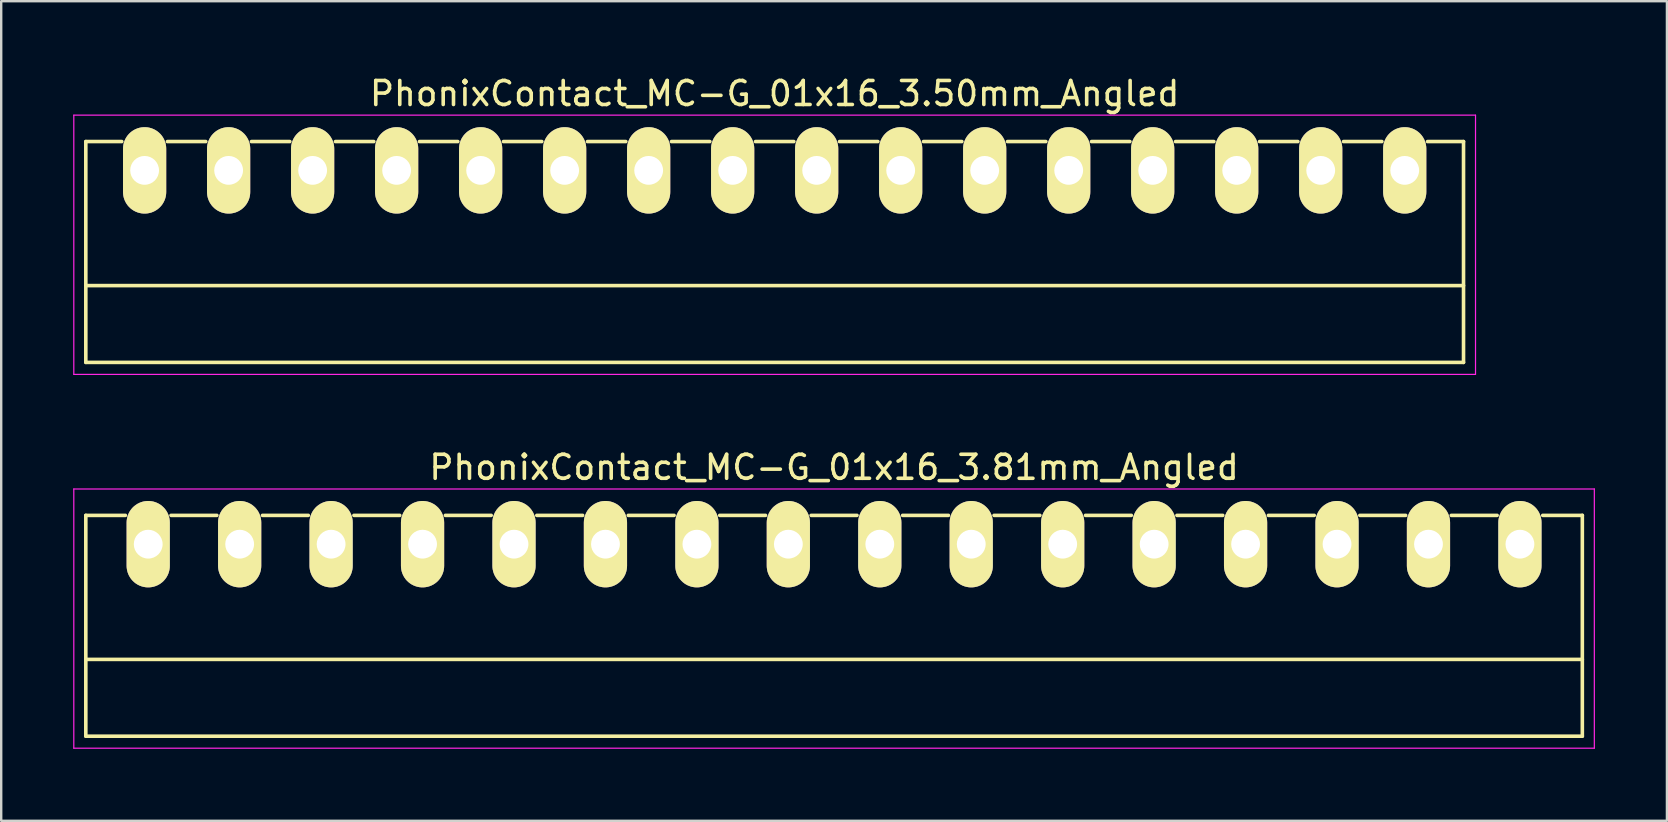
<source format=kicad_pcb>
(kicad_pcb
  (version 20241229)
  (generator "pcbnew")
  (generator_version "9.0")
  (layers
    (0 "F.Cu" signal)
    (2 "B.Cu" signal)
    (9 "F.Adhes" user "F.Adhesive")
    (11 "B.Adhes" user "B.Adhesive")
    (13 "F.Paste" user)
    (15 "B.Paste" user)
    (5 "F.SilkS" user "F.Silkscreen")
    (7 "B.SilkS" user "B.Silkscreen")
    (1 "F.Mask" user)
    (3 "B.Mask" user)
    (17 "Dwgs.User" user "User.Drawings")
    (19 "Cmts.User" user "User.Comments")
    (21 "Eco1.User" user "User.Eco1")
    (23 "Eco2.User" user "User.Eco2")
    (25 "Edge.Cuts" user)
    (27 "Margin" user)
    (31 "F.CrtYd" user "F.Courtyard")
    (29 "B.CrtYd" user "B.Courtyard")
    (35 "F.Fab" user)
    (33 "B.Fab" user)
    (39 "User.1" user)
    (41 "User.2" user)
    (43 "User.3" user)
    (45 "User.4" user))
  (footprint "PhonixContact_MC-G_01x16_3.81mm_Angled"
    (layer "F.Cu")
    (at 3.125 19.622)
    (property "Reference" "PhonixContact_MC-G_01x16_3.81mm_Angled" (at 28.575 -3.2 0) (layer "F.SilkS") (effects (font (size 1 1) (thickness 0.15))))
    (attr through_hole)
    (fp_line (start -2.6 -1.2) (end -2.6 8) (stroke (width 0.15) (type solid)) (layer "F.SilkS"))
    (fp_line (start -2.6 -1.2) (end -0.95 -1.2) (stroke (width 0.15) (type solid)) (layer "F.SilkS"))
    (fp_line (start -2.6 4.8) (end 59.75 4.8) (stroke (width 0.15) (type solid)) (layer "F.SilkS"))
    (fp_line (start -2.6 8) (end 59.75 8) (stroke (width 0.15) (type solid)) (layer "F.SilkS"))
    (fp_line (start 0.95 -1.2) (end 2.86 -1.2) (stroke (width 0.15) (type solid)) (layer "F.SilkS"))
    (fp_line (start 4.76 -1.2) (end 6.67 -1.2) (stroke (width 0.15) (type solid)) (layer "F.SilkS"))
    (fp_line (start 8.57 -1.2) (end 10.48 -1.2) (stroke (width 0.15) (type solid)) (layer "F.SilkS"))
    (fp_line (start 12.38 -1.2) (end 14.29 -1.2) (stroke (width 0.15) (type solid)) (layer "F.SilkS"))
    (fp_line (start 16.19 -1.2) (end 18.1 -1.2) (stroke (width 0.15) (type solid)) (layer "F.SilkS"))
    (fp_line (start 20 -1.2) (end 21.91 -1.2) (stroke (width 0.15) (type solid)) (layer "F.SilkS"))
    (fp_line (start 23.81 -1.2) (end 25.72 -1.2) (stroke (width 0.15) (type solid)) (layer "F.SilkS"))
    (fp_line (start 27.62 -1.2) (end 29.53 -1.2) (stroke (width 0.15) (type solid)) (layer "F.SilkS"))
    (fp_line (start 31.43 -1.2) (end 33.34 -1.2) (stroke (width 0.15) (type solid)) (layer "F.SilkS"))
    (fp_line (start 35.24 -1.2) (end 37.15 -1.2) (stroke (width 0.15) (type solid)) (layer "F.SilkS"))
    (fp_line (start 39.05 -1.2) (end 40.96 -1.2) (stroke (width 0.15) (type solid)) (layer "F.SilkS"))
    (fp_line (start 42.86 -1.2) (end 44.77 -1.2) (stroke (width 0.15) (type solid)) (layer "F.SilkS"))
    (fp_line (start 46.67 -1.2) (end 48.58 -1.2) (stroke (width 0.15) (type solid)) (layer "F.SilkS"))
    (fp_line (start 50.48 -1.2) (end 52.39 -1.2) (stroke (width 0.15) (type solid)) (layer "F.SilkS"))
    (fp_line (start 54.29 -1.2) (end 56.2 -1.2) (stroke (width 0.15) (type solid)) (layer "F.SilkS"))
    (fp_line (start 59.75 -1.2) (end 58.1 -1.2) (stroke (width 0.15) (type solid)) (layer "F.SilkS"))
    (fp_line (start 59.75 8) (end 59.75 -1.2) (stroke (width 0.15) (type solid)) (layer "F.SilkS"))
    (fp_line (start -3.1 -2.3) (end -3.1 8.5) (stroke (width 0.05) (type solid)) (layer "F.CrtYd"))
    (fp_line (start -3.1 8.5) (end 60.25 8.5) (stroke (width 0.05) (type solid)) (layer "F.CrtYd"))
    (fp_line (start 60.25 -2.3) (end -3.1 -2.3) (stroke (width 0.05) (type solid)) (layer "F.CrtYd"))
    (fp_line (start 60.25 8.5) (end 60.25 -2.3) (stroke (width 0.05) (type solid)) (layer "F.CrtYd"))
    (pad "1" thru_hole oval (at 0 0) (size 1.8 3.6) (drill 1.2) (layers "*.Cu" "*.Mask" "F.SilkS"))
    (pad "2" thru_hole oval (at 3.81 0) (size 1.8 3.6) (drill 1.2) (layers "*.Cu" "*.Mask" "F.SilkS"))
    (pad "3" thru_hole oval (at 7.62 0) (size 1.8 3.6) (drill 1.2) (layers "*.Cu" "*.Mask" "F.SilkS"))
    (pad "4" thru_hole oval (at 11.43 0) (size 1.8 3.6) (drill 1.2) (layers "*.Cu" "*.Mask" "F.SilkS"))
    (pad "5" thru_hole oval (at 15.24 0) (size 1.8 3.6) (drill 1.2) (layers "*.Cu" "*.Mask" "F.SilkS"))
    (pad "6" thru_hole oval (at 19.05 0) (size 1.8 3.6) (drill 1.2) (layers "*.Cu" "*.Mask" "F.SilkS"))
    (pad "7" thru_hole oval (at 22.86 0) (size 1.8 3.6) (drill 1.2) (layers "*.Cu" "*.Mask" "F.SilkS"))
    (pad "8" thru_hole oval (at 26.67 0) (size 1.8 3.6) (drill 1.2) (layers "*.Cu" "*.Mask" "F.SilkS"))
    (pad "9" thru_hole oval (at 30.48 0) (size 1.8 3.6) (drill 1.2) (layers "*.Cu" "*.Mask" "F.SilkS"))
    (pad "10" thru_hole oval (at 34.29 0) (size 1.8 3.6) (drill 1.2) (layers "*.Cu" "*.Mask" "F.SilkS"))
    (pad "11" thru_hole oval (at 38.1 0) (size 1.8 3.6) (drill 1.2) (layers "*.Cu" "*.Mask" "F.SilkS"))
    (pad "12" thru_hole oval (at 41.91 0) (size 1.8 3.6) (drill 1.2) (layers "*.Cu" "*.Mask" "F.SilkS"))
    (pad "13" thru_hole oval (at 45.72 0) (size 1.8 3.6) (drill 1.2) (layers "*.Cu" "*.Mask" "F.SilkS"))
    (pad "14" thru_hole oval (at 49.53 0) (size 1.8 3.6) (drill 1.2) (layers "*.Cu" "*.Mask" "F.SilkS"))
    (pad "15" thru_hole oval (at 53.34 0) (size 1.8 3.6) (drill 1.2) (layers "*.Cu" "*.Mask" "F.SilkS"))
    (pad "16" thru_hole oval (at 57.15 0) (size 1.8 3.6) (drill 1.2) (layers "*.Cu" "*.Mask" "F.SilkS")))
  (footprint "PhonixContact_MC-G_01x16_3.50mm_Angled"
    (layer "F.Cu")
    (at 2.975 4.048)
    (property "Reference" "PhonixContact_MC-G_01x16_3.50mm_Angled" (at 26.25 -3.2 0) (layer "F.SilkS") (effects (font (size 1 1) (thickness 0.15))))
    (attr through_hole)
    (fp_line (start -2.45 -1.2) (end -2.45 8) (stroke (width 0.15) (type solid)) (layer "F.SilkS"))
    (fp_line (start -2.45 -1.2) (end -0.95 -1.2) (stroke (width 0.15) (type solid)) (layer "F.SilkS"))
    (fp_line (start -2.45 4.8) (end 54.95 4.8) (stroke (width 0.15) (type solid)) (layer "F.SilkS"))
    (fp_line (start -2.45 8) (end 54.95 8) (stroke (width 0.15) (type solid)) (layer "F.SilkS"))
    (fp_line (start 0.95 -1.2) (end 2.55 -1.2) (stroke (width 0.15) (type solid)) (layer "F.SilkS"))
    (fp_line (start 4.45 -1.2) (end 6.05 -1.2) (stroke (width 0.15) (type solid)) (layer "F.SilkS"))
    (fp_line (start 7.95 -1.2) (end 9.55 -1.2) (stroke (width 0.15) (type solid)) (layer "F.SilkS"))
    (fp_line (start 11.45 -1.2) (end 13.05 -1.2) (stroke (width 0.15) (type solid)) (layer "F.SilkS"))
    (fp_line (start 14.95 -1.2) (end 16.55 -1.2) (stroke (width 0.15) (type solid)) (layer "F.SilkS"))
    (fp_line (start 18.45 -1.2) (end 20.05 -1.2) (stroke (width 0.15) (type solid)) (layer "F.SilkS"))
    (fp_line (start 21.95 -1.2) (end 23.55 -1.2) (stroke (width 0.15) (type solid)) (layer "F.SilkS"))
    (fp_line (start 25.45 -1.2) (end 27.05 -1.2) (stroke (width 0.15) (type solid)) (layer "F.SilkS"))
    (fp_line (start 28.95 -1.2) (end 30.55 -1.2) (stroke (width 0.15) (type solid)) (layer "F.SilkS"))
    (fp_line (start 32.45 -1.2) (end 34.05 -1.2) (stroke (width 0.15) (type solid)) (layer "F.SilkS"))
    (fp_line (start 35.95 -1.2) (end 37.55 -1.2) (stroke (width 0.15) (type solid)) (layer "F.SilkS"))
    (fp_line (start 39.45 -1.2) (end 41.05 -1.2) (stroke (width 0.15) (type solid)) (layer "F.SilkS"))
    (fp_line (start 42.95 -1.2) (end 44.55 -1.2) (stroke (width 0.15) (type solid)) (layer "F.SilkS"))
    (fp_line (start 46.45 -1.2) (end 48.05 -1.2) (stroke (width 0.15) (type solid)) (layer "F.SilkS"))
    (fp_line (start 49.95 -1.2) (end 51.55 -1.2) (stroke (width 0.15) (type solid)) (layer "F.SilkS"))
    (fp_line (start 54.95 -1.2) (end 53.45 -1.2) (stroke (width 0.15) (type solid)) (layer "F.SilkS"))
    (fp_line (start 54.95 8) (end 54.95 -1.2) (stroke (width 0.15) (type solid)) (layer "F.SilkS"))
    (fp_line (start -2.95 -2.3) (end -2.95 8.5) (stroke (width 0.05) (type solid)) (layer "F.CrtYd"))
    (fp_line (start -2.95 8.5) (end 55.45 8.5) (stroke (width 0.05) (type solid)) (layer "F.CrtYd"))
    (fp_line (start 55.45 -2.3) (end -2.95 -2.3) (stroke (width 0.05) (type solid)) (layer "F.CrtYd"))
    (fp_line (start 55.45 8.5) (end 55.45 -2.3) (stroke (width 0.05) (type solid)) (layer "F.CrtYd"))
    (pad "1" thru_hole oval (at 0 0) (size 1.8 3.6) (drill 1.2) (layers "*.Cu" "*.Mask" "F.SilkS"))
    (pad "2" thru_hole oval (at 3.5 0) (size 1.8 3.6) (drill 1.2) (layers "*.Cu" "*.Mask" "F.SilkS"))
    (pad "3" thru_hole oval (at 7 0) (size 1.8 3.6) (drill 1.2) (layers "*.Cu" "*.Mask" "F.SilkS"))
    (pad "4" thru_hole oval (at 10.5 0) (size 1.8 3.6) (drill 1.2) (layers "*.Cu" "*.Mask" "F.SilkS"))
    (pad "5" thru_hole oval (at 14 0) (size 1.8 3.6) (drill 1.2) (layers "*.Cu" "*.Mask" "F.SilkS"))
    (pad "6" thru_hole oval (at 17.5 0) (size 1.8 3.6) (drill 1.2) (layers "*.Cu" "*.Mask" "F.SilkS"))
    (pad "7" thru_hole oval (at 21 0) (size 1.8 3.6) (drill 1.2) (layers "*.Cu" "*.Mask" "F.SilkS"))
    (pad "8" thru_hole oval (at 24.5 0) (size 1.8 3.6) (drill 1.2) (layers "*.Cu" "*.Mask" "F.SilkS"))
    (pad "9" thru_hole oval (at 28 0) (size 1.8 3.6) (drill 1.2) (layers "*.Cu" "*.Mask" "F.SilkS"))
    (pad "10" thru_hole oval (at 31.5 0) (size 1.8 3.6) (drill 1.2) (layers "*.Cu" "*.Mask" "F.SilkS"))
    (pad "11" thru_hole oval (at 35 0) (size 1.8 3.6) (drill 1.2) (layers "*.Cu" "*.Mask" "F.SilkS"))
    (pad "12" thru_hole oval (at 38.5 0) (size 1.8 3.6) (drill 1.2) (layers "*.Cu" "*.Mask" "F.SilkS"))
    (pad "13" thru_hole oval (at 42 0) (size 1.8 3.6) (drill 1.2) (layers "*.Cu" "*.Mask" "F.SilkS"))
    (pad "14" thru_hole oval (at 45.5 0) (size 1.8 3.6) (drill 1.2) (layers "*.Cu" "*.Mask" "F.SilkS"))
    (pad "15" thru_hole oval (at 49 0) (size 1.8 3.6) (drill 1.2) (layers "*.Cu" "*.Mask" "F.SilkS"))
    (pad "16" thru_hole oval (at 52.5 0) (size 1.8 3.6) (drill 1.2) (layers "*.Cu" "*.Mask" "F.SilkS")))
  (gr_rect
    (start -3 -3)
    (end 66.4 31.146)
    (stroke (width 0.1) (type default))
    (fill no)
    (layer "Edge.Cuts")))
</source>
